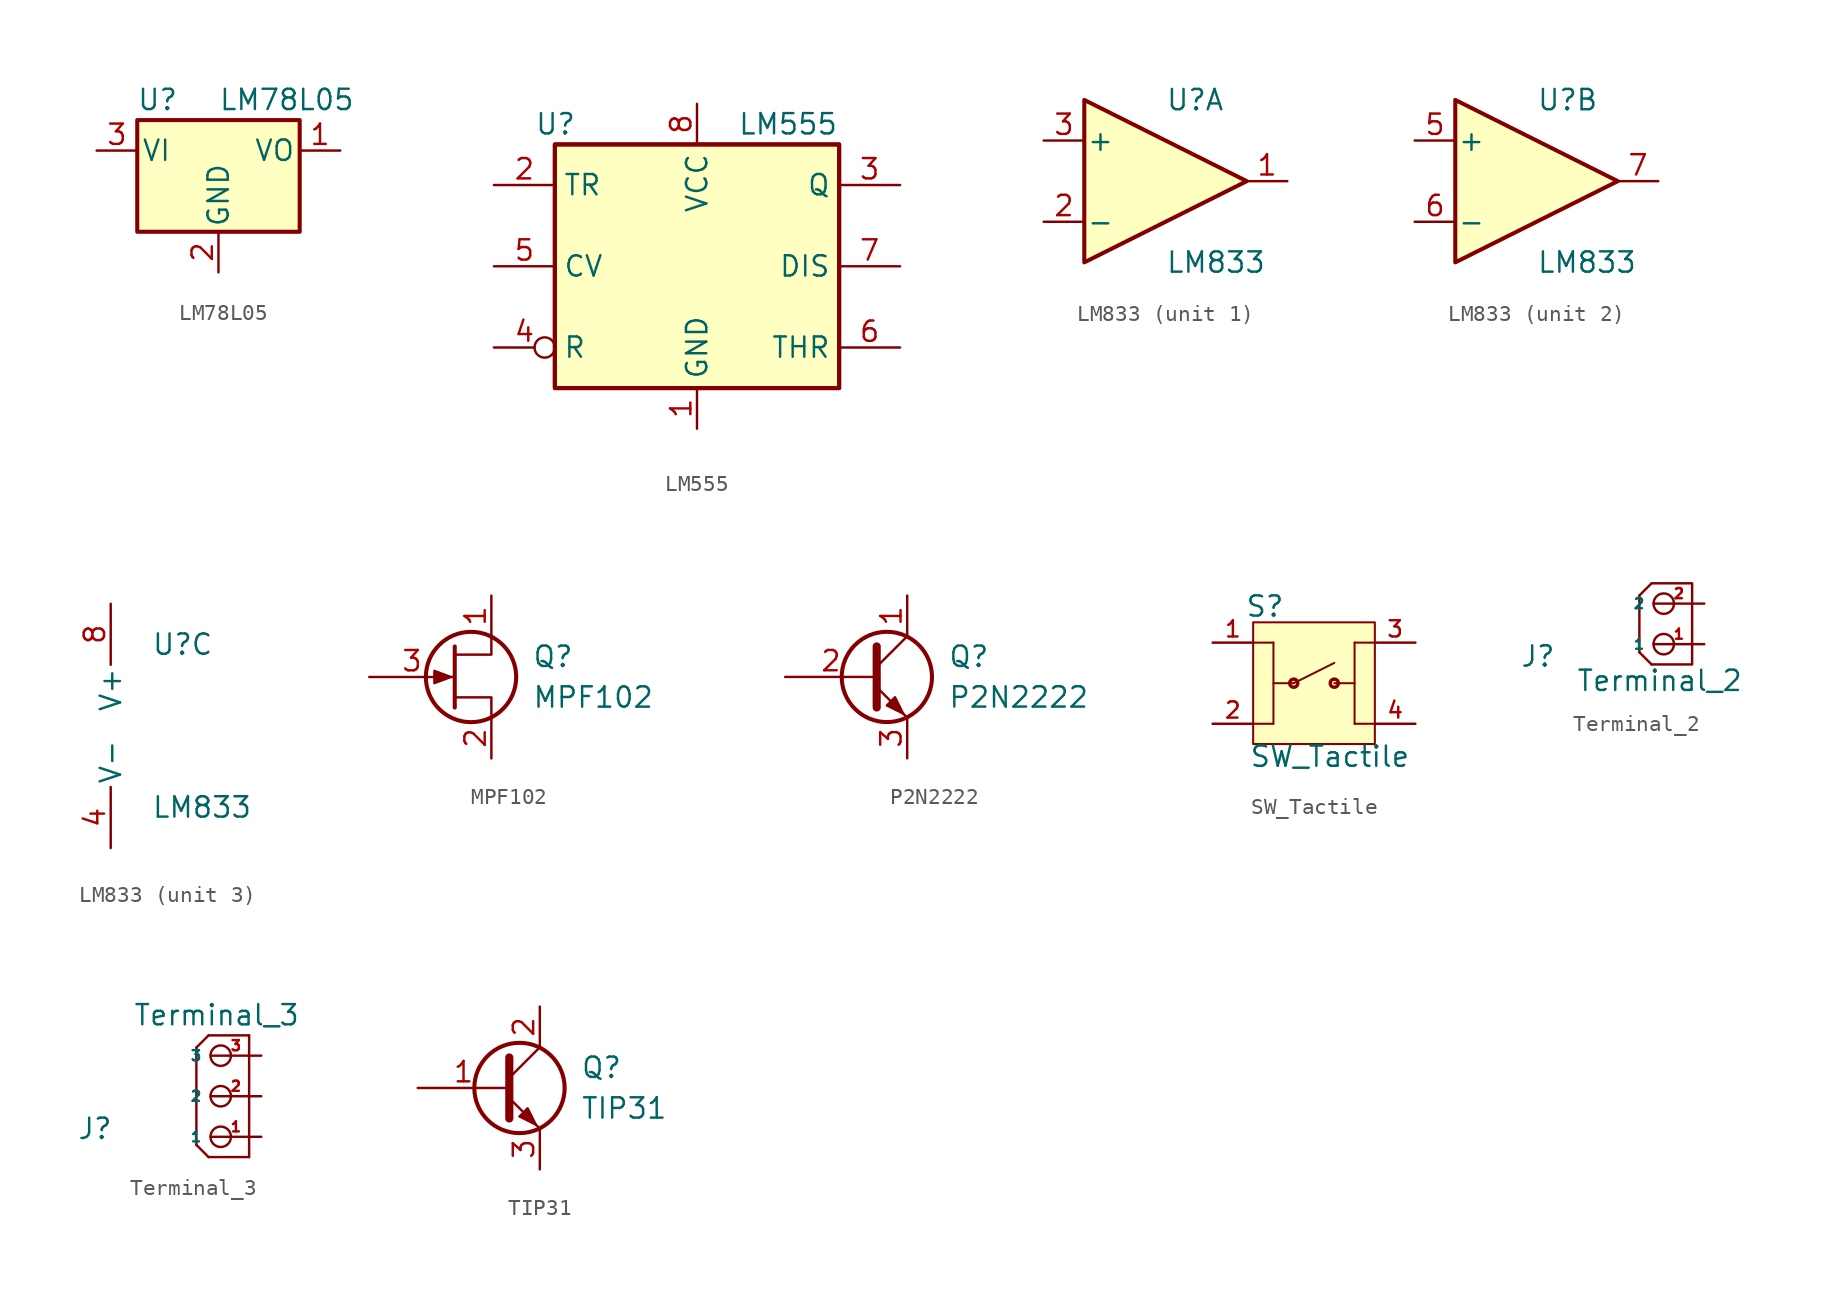
<source format=kicad_sym>
(kicad_symbol_lib
  (version 20231120)
  (generator "kicad_symbol_editor")
  (generator_version "8.0")
  (symbol "LM78L05"
    (pin_names
      (offset 0.254))
    (property "Reference" "U"
      (at -3.81 3.175 0)
      (effects (font (size 1.27 1.27))))
    (property "Value" "LM78L05"
      (at 0 3.175 0)
      (effects (font (size 1.27 1.27)) (justify left)))
    (symbol "LM78L05_0_1"
      (rectangle (start -5.08 -5.08) (end 5.08 1.905) (stroke (width 0.254) (type default)) (fill (type background))))
    (symbol "LM78L05_1_1"
      (pin power_out line (at 7.62 0 180) (length 2.54) (name "VO" (effects (font (size 1.27 1.27)))) (number "1" (effects (font (size 1.27 1.27)))))
      (pin power_in line (at 0 -7.62 90) (length 2.54) (name "GND" (effects (font (size 1.27 1.27)))) (number "2" (effects (font (size 1.27 1.27)))))
      (pin power_in line (at -7.62 0 0) (length 2.54) (name "VI" (effects (font (size 1.27 1.27)))) (number "3" (effects (font (size 1.27 1.27)))))))
  (symbol "LM555"
    (property "Reference" "U"
      (at -10.16 8.89 0)
      (effects (font (size 1.27 1.27)) (justify left)))
    (property "Value" "LM555"
      (at 2.54 8.89 0)
      (effects (font (size 1.27 1.27)) (justify left)))
    (symbol "LM555_0_0"
      (pin power_in line (at 0 -10.16 90) (length 2.54) (name "GND" (effects (font (size 1.27 1.27)))) (number "1" (effects (font (size 1.27 1.27)))))
      (pin power_in line (at 0 10.16 270) (length 2.54) (name "VCC" (effects (font (size 1.27 1.27)))) (number "8" (effects (font (size 1.27 1.27))))))
    (symbol "LM555_0_1"
      (rectangle (start -8.89 -7.62) (end 8.89 7.62) (stroke (width 0.254) (type default)) (fill (type background)))
      (rectangle (start -8.89 -7.62) (end 8.89 7.62) (stroke (width 0.254) (type default)) (fill (type background))))
    (symbol "LM555_1_1"
      (pin input line (at -12.7 5.08 0) (length 3.81) (name "TR" (effects (font (size 1.27 1.27)))) (number "2" (effects (font (size 1.27 1.27)))))
      (pin output line (at 12.7 5.08 180) (length 3.81) (name "Q" (effects (font (size 1.27 1.27)))) (number "3" (effects (font (size 1.27 1.27)))))
      (pin input inverted (at -12.7 -5.08 0) (length 3.81) (name "R" (effects (font (size 1.27 1.27)))) (number "4" (effects (font (size 1.27 1.27)))))
      (pin input line (at -12.7 0 0) (length 3.81) (name "CV" (effects (font (size 1.27 1.27)))) (number "5" (effects (font (size 1.27 1.27)))))
      (pin input line (at 12.7 -5.08 180) (length 3.81) (name "THR" (effects (font (size 1.27 1.27)))) (number "6" (effects (font (size 1.27 1.27)))))
      (pin input line (at 12.7 0 180) (length 3.81) (name "DIS" (effects (font (size 1.27 1.27)))) (number "7" (effects (font (size 1.27 1.27)))))))
  (symbol "LM833"
    (pin_names
      (offset 0.127))
    (property "Reference" "U"
      (at 0 5.08 0)
      (effects (font (size 1.27 1.27)) (justify left)))
    (property "Value" "LM833"
      (at 0 -5.08 0)
      (effects (font (size 1.27 1.27)) (justify left)))
    (property "ki_locked" ""
      (at 0 0 0)
      (effects (font (size 1.27 1.27))))
    (symbol "LM833_1_1"
      (polyline (pts (xy -5.08 5.08) (xy 5.08 0) (xy -5.08 -5.08) (xy -5.08 5.08)) (stroke (width 0.254) (type default)) (fill (type background)))
      (pin output line (at 7.62 0 180) (length 2.54) (name "~" (effects (font (size 1.27 1.27)))) (number "1" (effects (font (size 1.27 1.27)))))
      (pin input line (at -7.62 -2.54 0) (length 2.54) (name "-" (effects (font (size 1.27 1.27)))) (number "2" (effects (font (size 1.27 1.27)))))
      (pin input line (at -7.62 2.54 0) (length 2.54) (name "+" (effects (font (size 1.27 1.27)))) (number "3" (effects (font (size 1.27 1.27))))))
    (symbol "LM833_2_1"
      (polyline (pts (xy -5.08 5.08) (xy 5.08 0) (xy -5.08 -5.08) (xy -5.08 5.08)) (stroke (width 0.254) (type default)) (fill (type background)))
      (pin input line (at -7.62 2.54 0) (length 2.54) (name "+" (effects (font (size 1.27 1.27)))) (number "5" (effects (font (size 1.27 1.27)))))
      (pin input line (at -7.62 -2.54 0) (length 2.54) (name "-" (effects (font (size 1.27 1.27)))) (number "6" (effects (font (size 1.27 1.27)))))
      (pin output line (at 7.62 0 180) (length 2.54) (name "~" (effects (font (size 1.27 1.27)))) (number "7" (effects (font (size 1.27 1.27))))))
    (symbol "LM833_3_1"
      (pin power_in line (at -2.54 -7.62 90) (length 3.81) (name "V-" (effects (font (size 1.27 1.27)))) (number "4" (effects (font (size 1.27 1.27)))))
      (pin power_in line (at -2.54 7.62 270) (length 3.81) (name "V+" (effects (font (size 1.27 1.27)))) (number "8" (effects (font (size 1.27 1.27)))))))
  (symbol "MPF102"
    (pin_names
      (offset 0) hide)
    (property "Reference" "Q"
      (at 5.08 1.27 0)
      (effects (font (size 1.27 1.27)) (justify left)))
    (property "Value" "MPF102"
      (at 5.08 -1.27 0)
      (effects (font (size 1.27 1.27)) (justify left)))
    (symbol "MPF102_0_1"
      (polyline (pts (xy 0.254 1.905) (xy 0.254 -1.905) (xy 0.254 -1.905)) (stroke (width 0.254) (type default)) (fill (type none)))
      (polyline (pts (xy 2.54 -2.54) (xy 2.54 -1.27) (xy 0.254 -1.27)) (stroke (width 0) (type default)) (fill (type none)))
      (polyline (pts (xy 2.54 2.54) (xy 2.54 1.397) (xy 0.254 1.397)) (stroke (width 0) (type default)) (fill (type none)))
      (polyline (pts (xy 0 0) (xy -1.016 0.381) (xy -1.016 -0.381) (xy 0 0)) (stroke (width 0) (type default)) (fill (type outline)))
      (circle (center 1.27 0) (radius 2.819) (stroke (width 0.254) (type default)) (fill (type none))))
    (symbol "MPF102_1_1"
      (pin passive line (at 2.54 5.08 270) (length 2.54) (name "D" (effects (font (size 1.27 1.27)))) (number "1" (effects (font (size 1.27 1.27)))))
      (pin passive line (at 2.54 -5.08 90) (length 2.54) (name "S" (effects (font (size 1.27 1.27)))) (number "2" (effects (font (size 1.27 1.27)))))
      (pin input line (at -5.08 0 0) (length 5.334) (name "G" (effects (font (size 1.27 1.27)))) (number "3" (effects (font (size 1.27 1.27)))))))
  (symbol "P2N2222"
    (pin_names
      (offset 0) hide)
    (property "Reference" "Q"
      (at 5.08 1.27 0)
      (effects (font (size 1.27 1.27)) (justify left)))
    (property "Value" "P2N2222"
      (at 5.08 -1.27 0)
      (effects (font (size 1.27 1.27)) (justify left)))
    (symbol "P2N2222_0_1"
      (polyline (pts (xy 0.635 0.635) (xy 2.54 2.54)) (stroke (width 0) (type default)) (fill (type none)))
      (polyline (pts (xy 0.635 -0.635) (xy 2.54 -2.54) (xy 2.54 -2.54)) (stroke (width 0) (type default)) (fill (type none)))
      (polyline (pts (xy 0.635 1.905) (xy 0.635 -1.905) (xy 0.635 -1.905)) (stroke (width 0.508) (type default)) (fill (type none)))
      (polyline (pts (xy 1.27 -1.778) (xy 1.778 -1.27) (xy 2.286 -2.286) (xy 1.27 -1.778) (xy 1.27 -1.778)) (stroke (width 0) (type default)) (fill (type outline)))
      (circle (center 1.27 0) (radius 2.819) (stroke (width 0.254) (type default)) (fill (type none))))
    (symbol "P2N2222_1_1"
      (pin passive line (at 2.54 5.08 270) (length 2.54) (name "C" (effects (font (size 1.27 1.27)))) (number "1" (effects (font (size 1.27 1.27)))))
      (pin input line (at -5.08 0 0) (length 5.715) (name "B" (effects (font (size 1.27 1.27)))) (number "2" (effects (font (size 1.27 1.27)))))
      (pin passive line (at 2.54 -5.08 90) (length 2.54) (name "E" (effects (font (size 1.27 1.27)))) (number "3" (effects (font (size 1.27 1.27)))))))
  (symbol "SW_Tactile"
    (pin_names
      (offset 1.016))
    (property "Reference" "S"
      (at -4.322 4.068 0)
      (effects (font (size 1.27 1.27)) (justify left bottom)))
    (property "Value" "SW_Tactile"
      (at -4.064 -5.335 0)
      (effects (font (size 1.27 1.27)) (justify left bottom)))
    (symbol "SW_Tactile_0_0"
      (rectangle (start -3.81 -3.81) (end 3.81 3.81) (stroke (width 0.127) (type default)) (fill (type background)))
      (circle (center -1.27 0) (radius 0.254) (stroke (width 0.216) (type default)) (fill (type none)))
      (polyline (pts (xy -3.81 2.54) (xy -2.54 2.54)) (stroke (width 0.127) (type default)) (fill (type none)))
      (polyline (pts (xy -2.54 -2.54) (xy -3.81 -2.54)) (stroke (width 0.127) (type default)) (fill (type none)))
      (polyline (pts (xy -2.54 0) (xy -1.27 0)) (stroke (width 0.127) (type default)) (fill (type none)))
      (polyline (pts (xy -2.54 2.54) (xy -2.54 -2.54)) (stroke (width 0.127) (type default)) (fill (type none)))
      (polyline (pts (xy -1.27 0) (xy 1.27 1.27)) (stroke (width 0.127) (type default)) (fill (type none)))
      (polyline (pts (xy 1.27 0) (xy 2.54 0)) (stroke (width 0.127) (type default)) (fill (type none)))
      (polyline (pts (xy 2.54 -2.54) (xy 3.81 -2.54)) (stroke (width 0.127) (type default)) (fill (type none)))
      (polyline (pts (xy 2.54 2.54) (xy 2.54 -2.54)) (stroke (width 0.127) (type default)) (fill (type none)))
      (polyline (pts (xy 3.81 2.54) (xy 2.54 2.54)) (stroke (width 0.127) (type default)) (fill (type none)))
      (circle (center 1.27 0) (radius 0.254) (stroke (width 0.216) (type default)) (fill (type none)))
      (pin passive line (at -6.35 2.54 0) (length 2.54) (name "~" (effects (font (size 1.016 1.016)))) (number "1" (effects (font (size 1.016 1.016)))))
      (pin passive line (at -6.35 -2.54 0) (length 2.54) (name "~" (effects (font (size 1.016 1.016)))) (number "2" (effects (font (size 1.016 1.016)))))
      (pin passive line (at 6.35 2.54 180) (length 2.54) (name "~" (effects (font (size 1.016 1.016)))) (number "3" (effects (font (size 1.016 1.016)))))
      (pin passive line (at 6.35 -2.54 180) (length 2.54) (name "~" (effects (font (size 1.016 1.016)))) (number "4" (effects (font (size 1.016 1.016)))))))
  (symbol "Terminal_2"
    (property "Reference" "J"
      (at -7.874 -2.032 0)
      (effects (font (size 1.27 1.27))))
    (property "Value" "Terminal_2"
      (at -0.254 -3.556 0)
      (effects (font (size 1.27 1.27))))
    (symbol "Terminal_2_0_1"
      (circle (center 0 -1.27) (radius 0.64) (stroke (width 0) (type default)) (fill (type none)))
      (polyline (pts (xy -1.524 -1.778) (xy -1.524 1.778)) (stroke (width 0) (type default)) (fill (type none)))
      (polyline (pts (xy -1.524 -1.778) (xy -0.762 -2.54)) (stroke (width 0) (type default)) (fill (type none)))
      (polyline (pts (xy -1.524 1.778) (xy -0.762 2.54)) (stroke (width 0) (type default)) (fill (type none)))
      (polyline (pts (xy -0.762 2.54) (xy 1.778 2.54) (xy 1.778 -2.54) (xy -0.762 -2.54)) (stroke (width 0) (type default)) (fill (type none)))
      (circle (center 0.002 1.267) (radius 0.64) (stroke (width 0) (type default)) (fill (type none))))
    (symbol "Terminal_2_1_1"
      (pin passive line (at 2.54 -1.27 180) (length 3.175) (name "1" (effects (font (size 0.635 0.635)))) (number "1" (effects (font (size 0.635 0.635)))))
      (pin passive line (at 2.54 1.27 180) (length 3.175) (name "2" (effects (font (size 0.635 0.635)))) (number "2" (effects (font (size 0.635 0.635)))))))
  (symbol "Terminal_3"
    (property "Reference" "J"
      (at -7.874 -2.032 0)
      (effects (font (size 1.27 1.27))))
    (property "Value" "Terminal_3"
      (at -0.254 5.08 0)
      (effects (font (size 1.27 1.27))))
    (symbol "Terminal_3_0_1"
      (circle (center 0 -2.54) (radius 0.64) (stroke (width 0) (type default)) (fill (type none)))
      (polyline (pts (xy -1.524 -3.048) (xy -1.524 3.048)) (stroke (width 0) (type default)) (fill (type none)))
      (polyline (pts (xy -1.524 3.048) (xy -0.762 3.81)) (stroke (width 0) (type default)) (fill (type none)))
      (polyline (pts (xy -0.762 -3.81) (xy -1.524 -3.048)) (stroke (width 0) (type default)) (fill (type none)))
      (polyline (pts (xy -0.762 -3.81) (xy 1.778 -3.81)) (stroke (width 0) (type default)) (fill (type none)))
      (polyline (pts (xy -0.762 3.81) (xy 1.778 3.81)) (stroke (width 0) (type default)) (fill (type none)))
      (polyline (pts (xy 1.778 3.81) (xy 1.778 -3.81)) (stroke (width 0) (type default)) (fill (type none)))
      (circle (center 0 0) (radius 0.64) (stroke (width 0) (type default)) (fill (type none)))
      (circle (center 0 2.54) (radius 0.64) (stroke (width 0) (type default)) (fill (type none))))
    (symbol "Terminal_3_1_1"
      (pin passive line (at 2.54 -2.54 180) (length 3.175) (name "1" (effects (font (size 0.635 0.635)))) (number "1" (effects (font (size 0.635 0.635)))))
      (pin passive line (at 2.54 0 180) (length 3.175) (name "2" (effects (font (size 0.635 0.635)))) (number "2" (effects (font (size 0.635 0.635)))))
      (pin passive line (at 2.54 2.54 180) (length 3.175) (name "3" (effects (font (size 0.635 0.635)))) (number "3" (effects (font (size 0.635 0.635)))))))
  (symbol "TIP31"
    (pin_names
      (offset 0) hide)
    (property "Reference" "Q"
      (at 5.08 1.27 0)
      (effects (font (size 1.27 1.27)) (justify left)))
    (property "Value" "TIP31"
      (at 5.08 -1.27 0)
      (effects (font (size 1.27 1.27)) (justify left)))
    (symbol "TIP31_0_1"
      (polyline (pts (xy 0.635 0.635) (xy 2.54 2.54)) (stroke (width 0) (type default)) (fill (type none)))
      (polyline (pts (xy 0.635 -0.635) (xy 2.54 -2.54) (xy 2.54 -2.54)) (stroke (width 0) (type default)) (fill (type none)))
      (polyline (pts (xy 0.635 1.905) (xy 0.635 -1.905) (xy 0.635 -1.905)) (stroke (width 0.508) (type default)) (fill (type none)))
      (polyline (pts (xy 1.27 -1.778) (xy 1.778 -1.27) (xy 2.286 -2.286) (xy 1.27 -1.778) (xy 1.27 -1.778)) (stroke (width 0) (type default)) (fill (type outline)))
      (circle (center 1.27 0) (radius 2.819) (stroke (width 0.254) (type default)) (fill (type none))))
    (symbol "TIP31_1_1"
      (pin input line (at -5.08 0 0) (length 5.715) (name "B" (effects (font (size 1.27 1.27)))) (number "1" (effects (font (size 1.27 1.27)))))
      (pin passive line (at 2.54 5.08 270) (length 2.54) (name "C" (effects (font (size 1.27 1.27)))) (number "2" (effects (font (size 1.27 1.27)))))
      (pin passive line (at 2.54 -5.08 90) (length 2.54) (name "E" (effects (font (size 1.27 1.27)))) (number "3" (effects (font (size 1.27 1.27))))))))
</source>
